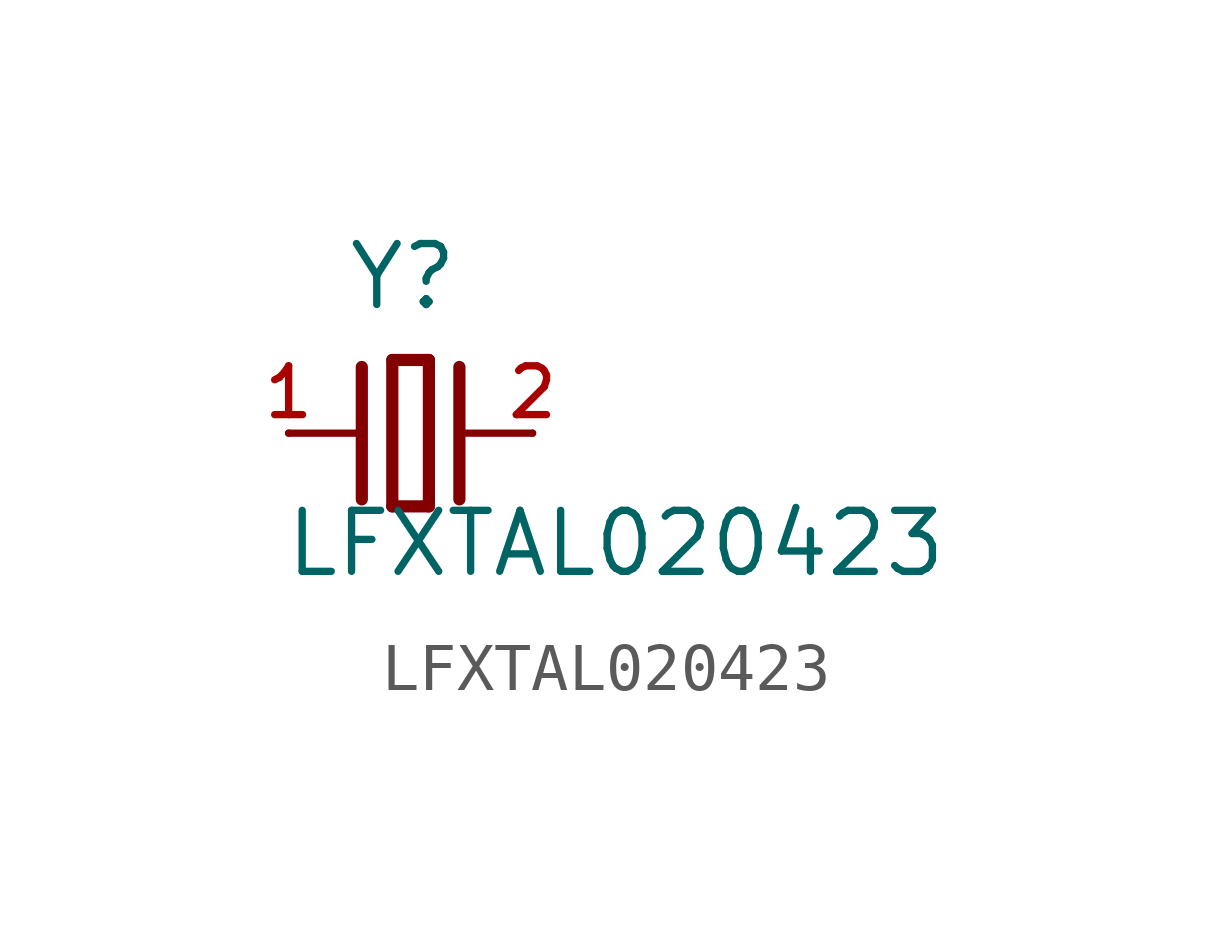
<source format=kicad_sym>
(kicad_symbol_lib
  (version 20211014)
  (generator kicad_symbol_editor)
  (symbol "LFXTAL020423"
    (pin_names
      (offset 1.016))
    (property "Reference" "Y"
      (at -0.16 2.516 0)
      (effects (font (size 1.27 1.27)) (justify bottom)))
    (property "Value" "LFXTAL020423"
      (at -2.66 -3.04 0)
      (effects (font (size 1.27 1.27)) (justify bottom left)))
    (symbol "LFXTAL020423_0_0"
      (polyline (pts (xy 1.016 0.0) (xy 2.54 0.0)) (stroke (width 0.152)))
      (polyline (pts (xy -2.54 0.0) (xy -1.016 0.0)) (stroke (width 0.152)))
      (polyline (pts (xy -0.381 1.524) (xy -0.381 -1.524)) (stroke (width 0.254)))
      (polyline (pts (xy -0.381 -1.524) (xy 0.381 -1.524)) (stroke (width 0.254)))
      (polyline (pts (xy 0.381 -1.524) (xy 0.381 1.524)) (stroke (width 0.254)))
      (polyline (pts (xy 0.381 1.524) (xy -0.381 1.524)) (stroke (width 0.254)))
      (polyline (pts (xy 1.016 1.378) (xy 1.016 -1.378)) (stroke (width 0.254)))
      (polyline (pts (xy -1.016 1.378) (xy -1.016 -1.378)) (stroke (width 0.254)))
      (pin passive line (at 2.54 0.0 180.0) (length 0) (name "~" (effects (font (size 1.016 1.016)))) (number "2" (effects (font (size 1.016 1.016)))))
      (pin passive line (at -2.54 0.0 0) (length 0) (name "~" (effects (font (size 1.016 1.016)))) (number "1" (effects (font (size 1.016 1.016))))))))
</source>
